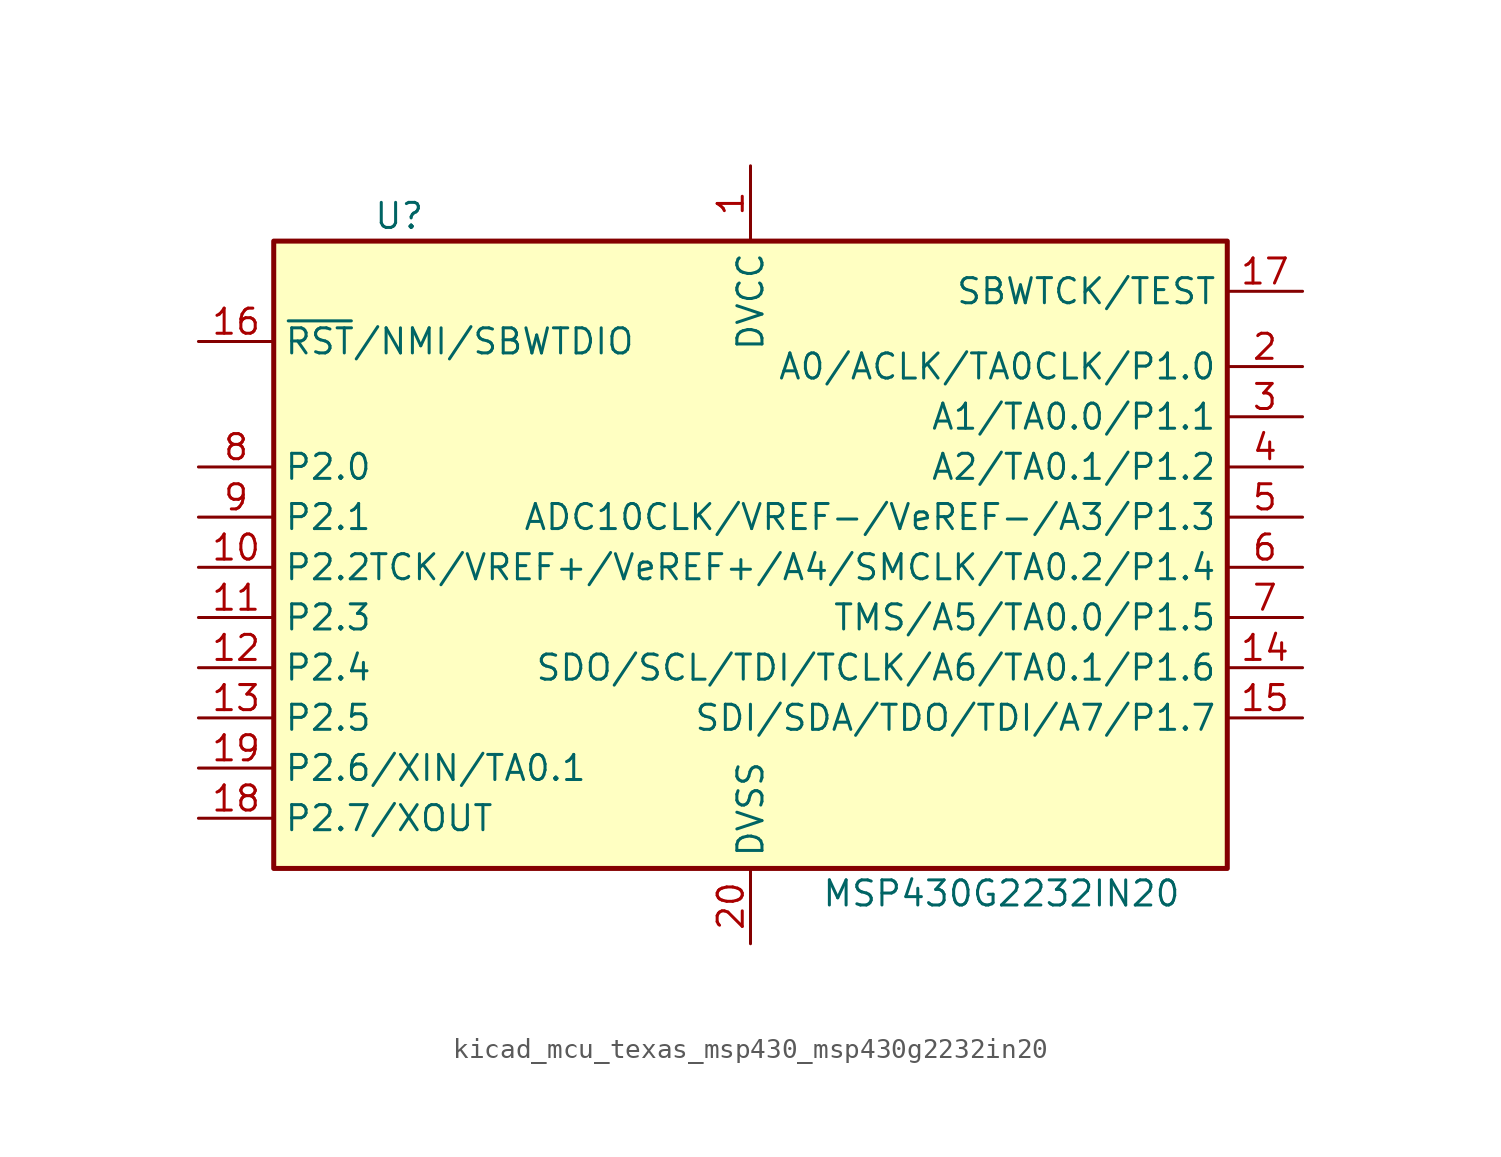
<source format=kicad_sym>
(kicad_symbol_lib
  (version 20220914)
  (generator kicad_symbol_editor)
  (symbol "kicad_mcu_texas_msp430_msp430g2232in20"
    (property "Reference" "U"
      (at -17.78 17.78 0)
      (effects (font (size 1.27 1.27))))
    (property "Value" "MSP430G2232IN20"
      (at 12.7 -16.51 0)
      (effects (font (size 1.27 1.27))))
    (symbol "kicad_mcu_texas_msp430_msp430g2232in20_0_1"
      (rectangle (start -24.13 16.51) (end 24.13 -15.24) (stroke (width 0.254) (type default)) (fill (type background))))
    (symbol "kicad_mcu_texas_msp430_msp430g2232in20_1_1"
      (pin power_in line (at 0 20.32 270) (length 3.81) (name "DVCC" (effects (font (size 1.27 1.27)))) (number "1" (effects (font (size 1.27 1.27)))))
      (pin bidirectional line (at -27.94 0 0) (length 3.81) (name "P2.2" (effects (font (size 1.27 1.27)))) (number "10" (effects (font (size 1.27 1.27)))))
      (pin bidirectional line (at -27.94 -2.54 0) (length 3.81) (name "P2.3" (effects (font (size 1.27 1.27)))) (number "11" (effects (font (size 1.27 1.27)))))
      (pin bidirectional line (at -27.94 -5.08 0) (length 3.81) (name "P2.4" (effects (font (size 1.27 1.27)))) (number "12" (effects (font (size 1.27 1.27)))))
      (pin bidirectional line (at -27.94 -7.62 0) (length 3.81) (name "P2.5" (effects (font (size 1.27 1.27)))) (number "13" (effects (font (size 1.27 1.27)))))
      (pin bidirectional line (at 27.94 -5.08 180) (length 3.81) (name "SDO/SCL/TDI/TCLK/A6/TA0.1/P1.6" (effects (font (size 1.27 1.27)))) (number "14" (effects (font (size 1.27 1.27)))))
      (pin bidirectional line (at 27.94 -7.62 180) (length 3.81) (name "SDI/SDA/TDO/TDI/A7/P1.7" (effects (font (size 1.27 1.27)))) (number "15" (effects (font (size 1.27 1.27)))))
      (pin input line (at -27.94 11.43 0) (length 3.81) (name "~{RST}/NMI/SBWTDIO" (effects (font (size 1.27 1.27)))) (number "16" (effects (font (size 1.27 1.27)))))
      (pin input line (at 27.94 13.97 180) (length 3.81) (name "SBWTCK/TEST" (effects (font (size 1.27 1.27)))) (number "17" (effects (font (size 1.27 1.27)))))
      (pin bidirectional line (at -27.94 -12.7 0) (length 3.81) (name "P2.7/XOUT" (effects (font (size 1.27 1.27)))) (number "18" (effects (font (size 1.27 1.27)))))
      (pin bidirectional line (at -27.94 -10.16 0) (length 3.81) (name "P2.6/XIN/TA0.1" (effects (font (size 1.27 1.27)))) (number "19" (effects (font (size 1.27 1.27)))))
      (pin bidirectional line (at 27.94 10.16 180) (length 3.81) (name "A0/ACLK/TA0CLK/P1.0" (effects (font (size 1.27 1.27)))) (number "2" (effects (font (size 1.27 1.27)))))
      (pin power_in line (at 0 -19.05 90) (length 3.81) (name "DVSS" (effects (font (size 1.27 1.27)))) (number "20" (effects (font (size 1.27 1.27)))))
      (pin bidirectional line (at 27.94 7.62 180) (length 3.81) (name "A1/TA0.0/P1.1" (effects (font (size 1.27 1.27)))) (number "3" (effects (font (size 1.27 1.27)))))
      (pin bidirectional line (at 27.94 5.08 180) (length 3.81) (name "A2/TA0.1/P1.2" (effects (font (size 1.27 1.27)))) (number "4" (effects (font (size 1.27 1.27)))))
      (pin bidirectional line (at 27.94 2.54 180) (length 3.81) (name "ADC10CLK/VREF-/VeREF-/A3/P1.3" (effects (font (size 1.27 1.27)))) (number "5" (effects (font (size 1.27 1.27)))))
      (pin bidirectional line (at 27.94 0 180) (length 3.81) (name "TCK/VREF+/VeREF+/A4/SMCLK/TA0.2/P1.4" (effects (font (size 1.27 1.27)))) (number "6" (effects (font (size 1.27 1.27)))))
      (pin bidirectional line (at 27.94 -2.54 180) (length 3.81) (name "TMS/A5/TA0.0/P1.5" (effects (font (size 1.27 1.27)))) (number "7" (effects (font (size 1.27 1.27)))))
      (pin bidirectional line (at -27.94 5.08 0) (length 3.81) (name "P2.0" (effects (font (size 1.27 1.27)))) (number "8" (effects (font (size 1.27 1.27)))))
      (pin bidirectional line (at -27.94 2.54 0) (length 3.81) (name "P2.1" (effects (font (size 1.27 1.27)))) (number "9" (effects (font (size 1.27 1.27))))))))
</source>
